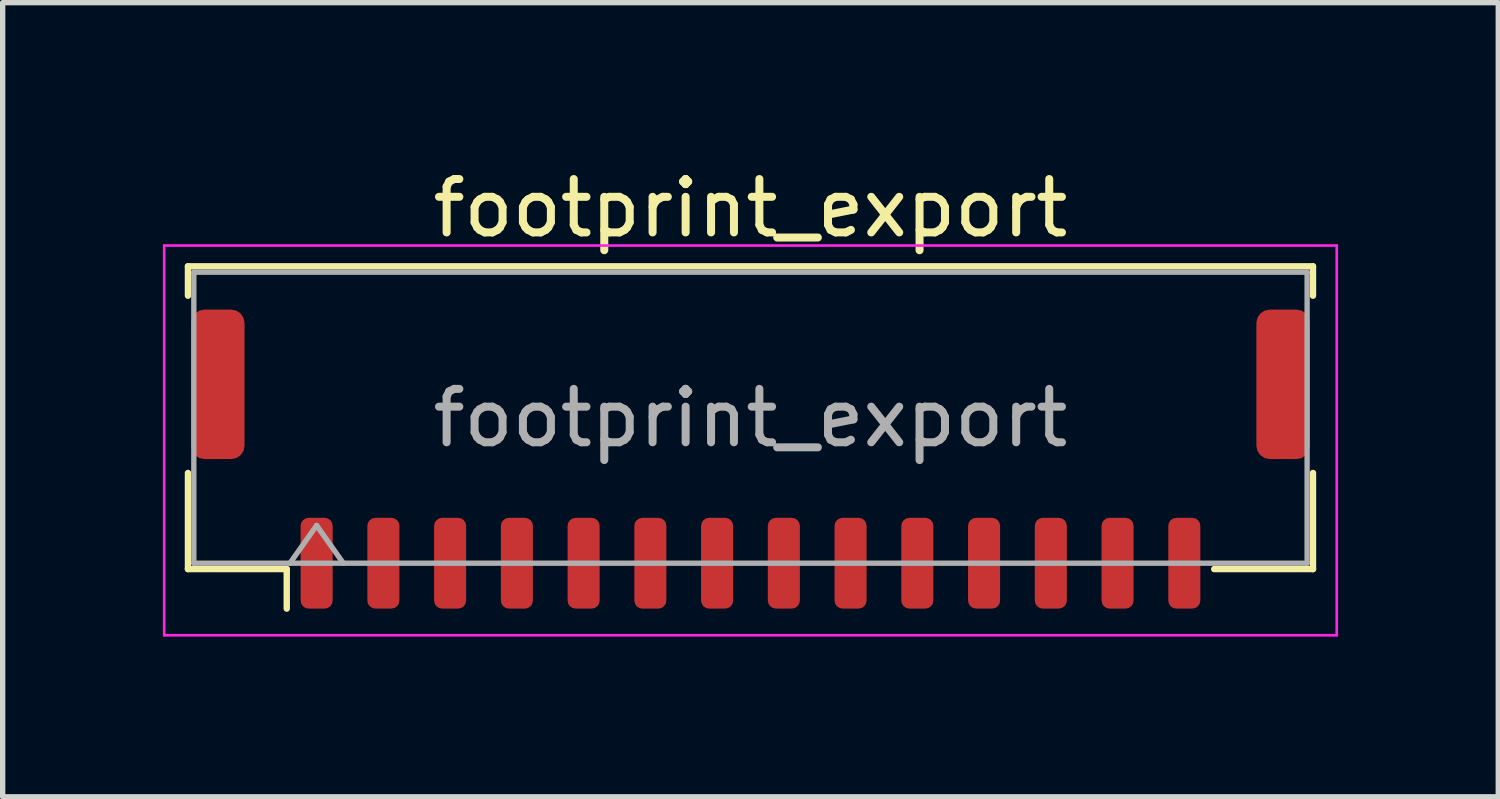
<source format=kicad_pcb>
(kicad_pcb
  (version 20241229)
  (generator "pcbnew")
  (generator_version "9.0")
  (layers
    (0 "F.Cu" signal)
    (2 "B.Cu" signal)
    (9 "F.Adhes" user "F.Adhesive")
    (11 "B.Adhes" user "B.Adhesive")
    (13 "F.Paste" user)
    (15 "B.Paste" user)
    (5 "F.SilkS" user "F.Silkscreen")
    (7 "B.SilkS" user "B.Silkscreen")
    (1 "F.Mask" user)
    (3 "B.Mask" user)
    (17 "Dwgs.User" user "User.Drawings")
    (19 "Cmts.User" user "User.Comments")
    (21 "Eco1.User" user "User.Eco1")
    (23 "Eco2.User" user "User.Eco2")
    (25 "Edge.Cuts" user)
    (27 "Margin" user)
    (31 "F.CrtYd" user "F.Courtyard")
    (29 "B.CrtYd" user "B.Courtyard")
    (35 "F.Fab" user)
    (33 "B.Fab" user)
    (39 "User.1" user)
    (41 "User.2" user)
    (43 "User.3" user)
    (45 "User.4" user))
  (footprint "footprint_export"
    (layer "F.Cu")
    (at 11.005 5.548)
    (property "Reference" "footprint_export" (at 0 -4.7 0) (layer "F.SilkS") (effects (font (size 1 1) (thickness 0.15))))
    (attr smd)
    (fp_line (start -10.535 -3.61) (end 10.535 -3.61) (stroke (width 0.12) (type solid)) (layer "F.SilkS"))
    (fp_line (start -10.535 -3.06) (end -10.535 -3.61) (stroke (width 0.12) (type solid)) (layer "F.SilkS"))
    (fp_line (start -10.535 0.26) (end -10.535 2.06) (stroke (width 0.12) (type solid)) (layer "F.SilkS"))
    (fp_line (start -10.535 2.06) (end -8.685 2.06) (stroke (width 0.12) (type solid)) (layer "F.SilkS"))
    (fp_line (start -8.685 2.06) (end -8.685 2.8) (stroke (width 0.12) (type solid)) (layer "F.SilkS"))
    (fp_line (start 10.535 -3.61) (end 10.535 -3.06) (stroke (width 0.12) (type solid)) (layer "F.SilkS"))
    (fp_line (start 10.535 0.26) (end 10.535 2.06) (stroke (width 0.12) (type solid)) (layer "F.SilkS"))
    (fp_line (start 10.535 2.06) (end 8.685 2.06) (stroke (width 0.12) (type solid)) (layer "F.SilkS"))
    (fp_line (start -10.98 -4) (end -10.98 3.3) (stroke (width 0.05) (type solid)) (layer "F.CrtYd"))
    (fp_line (start -10.98 3.3) (end 10.98 3.3) (stroke (width 0.05) (type solid)) (layer "F.CrtYd"))
    (fp_line (start 10.98 -4) (end -10.98 -4) (stroke (width 0.05) (type solid)) (layer "F.CrtYd"))
    (fp_line (start 10.98 3.3) (end 10.98 -4) (stroke (width 0.05) (type solid)) (layer "F.CrtYd"))
    (fp_line (start -10.425 -3.5) (end 10.425 -3.5) (stroke (width 0.1) (type solid)) (layer "F.Fab"))
    (fp_line (start -10.425 1.95) (end -10.425 -3.5) (stroke (width 0.1) (type solid)) (layer "F.Fab"))
    (fp_line (start -10.425 1.95) (end 10.425 1.95) (stroke (width 0.1) (type solid)) (layer "F.Fab"))
    (fp_line (start -8.625 1.95) (end -8.125 1.243) (stroke (width 0.1) (type solid)) (layer "F.Fab"))
    (fp_line (start -8.125 1.243) (end -7.625 1.95) (stroke (width 0.1) (type solid)) (layer "F.Fab"))
    (fp_line (start 10.425 1.95) (end 10.425 -3.5) (stroke (width 0.1) (type solid)) (layer "F.Fab"))
    (fp_text user "${REFERENCE}" (at 0 -0.77 0) (layer "F.Fab") (effects (font (size 1 1) (thickness 0.15))))
    (pad "1" smd roundrect (at -8.125 1.95) (size 0.6 1.7) (layers "F.Cu" "F.Mask" "F.Paste") (roundrect_rratio 0.25))
    (pad "2" smd roundrect (at -6.875 1.95) (size 0.6 1.7) (layers "F.Cu" "F.Mask" "F.Paste") (roundrect_rratio 0.25))
    (pad "3" smd roundrect (at -5.625 1.95) (size 0.6 1.7) (layers "F.Cu" "F.Mask" "F.Paste") (roundrect_rratio 0.25))
    (pad "4" smd roundrect (at -4.375 1.95) (size 0.6 1.7) (layers "F.Cu" "F.Mask" "F.Paste") (roundrect_rratio 0.25))
    (pad "5" smd roundrect (at -3.125 1.95) (size 0.6 1.7) (layers "F.Cu" "F.Mask" "F.Paste") (roundrect_rratio 0.25))
    (pad "6" smd roundrect (at -1.875 1.95) (size 0.6 1.7) (layers "F.Cu" "F.Mask" "F.Paste") (roundrect_rratio 0.25))
    (pad "7" smd roundrect (at -0.625 1.95) (size 0.6 1.7) (layers "F.Cu" "F.Mask" "F.Paste") (roundrect_rratio 0.25))
    (pad "8" smd roundrect (at 0.625 1.95) (size 0.6 1.7) (layers "F.Cu" "F.Mask" "F.Paste") (roundrect_rratio 0.25))
    (pad "9" smd roundrect (at 1.875 1.95) (size 0.6 1.7) (layers "F.Cu" "F.Mask" "F.Paste") (roundrect_rratio 0.25))
    (pad "10" smd roundrect (at 3.125 1.95) (size 0.6 1.7) (layers "F.Cu" "F.Mask" "F.Paste") (roundrect_rratio 0.25))
    (pad "11" smd roundrect (at 4.375 1.95) (size 0.6 1.7) (layers "F.Cu" "F.Mask" "F.Paste") (roundrect_rratio 0.25))
    (pad "12" smd roundrect (at 5.625 1.95) (size 0.6 1.7) (layers "F.Cu" "F.Mask" "F.Paste") (roundrect_rratio 0.25))
    (pad "13" smd roundrect (at 6.875 1.95) (size 0.6 1.7) (layers "F.Cu" "F.Mask" "F.Paste") (roundrect_rratio 0.25))
    (pad "14" smd roundrect (at 8.125 1.95) (size 0.6 1.7) (layers "F.Cu" "F.Mask" "F.Paste") (roundrect_rratio 0.25))
    (pad "MP" smd roundrect (at -9.975 -1.4) (size 1 2.8) (layers "F.Cu" "F.Mask" "F.Paste") (roundrect_rratio 0.25))
    (pad "MP" smd roundrect (at 9.975 -1.4) (size 1 2.8) (layers "F.Cu" "F.Mask" "F.Paste") (roundrect_rratio 0.25)))
  (gr_rect
    (start -3 -3)
    (end 25.01 11.873)
    (stroke (width 0.1) (type default))
    (fill no)
    (layer "Edge.Cuts")))
</source>
